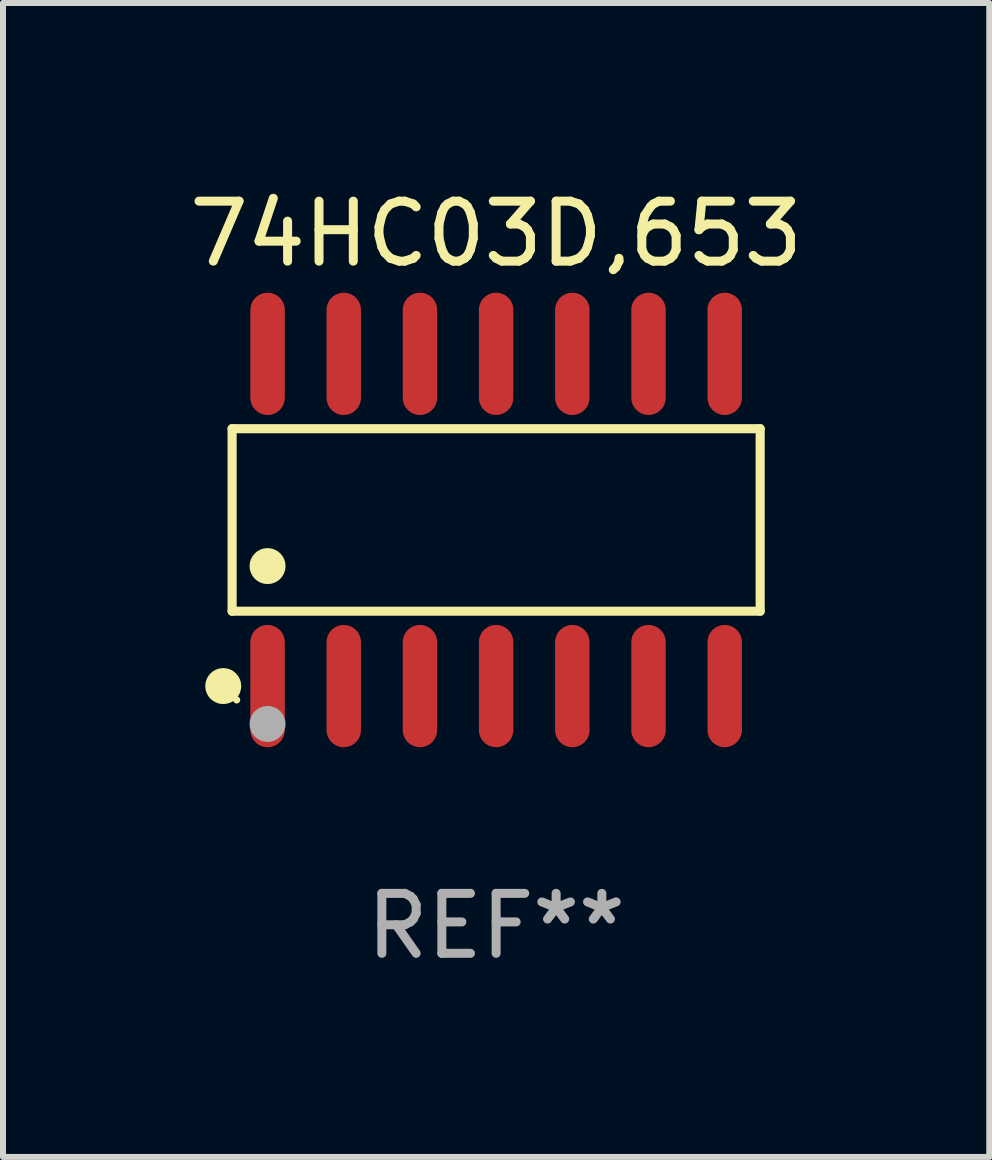
<source format=kicad_pcb>
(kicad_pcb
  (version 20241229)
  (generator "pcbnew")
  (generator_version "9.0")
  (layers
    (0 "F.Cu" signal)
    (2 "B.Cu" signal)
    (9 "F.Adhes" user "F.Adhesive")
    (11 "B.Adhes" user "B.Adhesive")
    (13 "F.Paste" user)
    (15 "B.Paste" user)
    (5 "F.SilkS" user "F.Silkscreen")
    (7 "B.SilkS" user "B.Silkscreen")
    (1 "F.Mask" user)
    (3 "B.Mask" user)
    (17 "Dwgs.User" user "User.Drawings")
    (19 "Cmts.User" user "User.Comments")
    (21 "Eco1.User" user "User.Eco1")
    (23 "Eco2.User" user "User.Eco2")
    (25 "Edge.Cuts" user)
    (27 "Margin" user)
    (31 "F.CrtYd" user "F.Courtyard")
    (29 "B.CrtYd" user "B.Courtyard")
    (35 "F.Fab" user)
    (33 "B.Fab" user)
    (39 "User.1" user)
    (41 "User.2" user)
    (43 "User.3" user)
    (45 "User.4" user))
  (footprint "74HC03D,653"
    (layer "F.Cu")
    (at 5.22 5.617)
    (property "Reference" "74HC03D,653" (at 0 -4.769 0) (layer "F.SilkS") (effects (font (size 1 1) (thickness 0.15))))
    (attr through_hole)
    (fp_line (start -4.401 -1.521) (end 4.401 -1.521) (stroke (width 0.152) (type solid)) (layer "F.SilkS"))
    (fp_line (start -4.401 1.521) (end -4.401 -1.521) (stroke (width 0.152) (type solid)) (layer "F.SilkS"))
    (fp_line (start 4.401 -1.521) (end 4.401 1.521) (stroke (width 0.152) (type solid)) (layer "F.SilkS"))
    (fp_line (start 4.401 1.521) (end -4.401 1.521) (stroke (width 0.152) (type solid)) (layer "F.SilkS"))
    (fp_circle (center -4.549 2.769) (end -4.399 2.769) (stroke (width 0.3) (type solid)) (fill no) (layer "F.SilkS"))
    (fp_circle (center -4.325 3) (end -4.295 3) (stroke (width 0.06) (type solid)) (fill no) (layer "F.SilkS"))
    (fp_circle (center -3.81 0.769) (end -3.66 0.769) (stroke (width 0.3) (type solid)) (fill no) (layer "F.SilkS"))
    (fp_circle (center -3.81 3.4) (end -3.66 3.4) (stroke (width 0.3) (type solid)) (fill no) (layer "F.Fab"))
    (fp_text user "REF**" (at 0 6.769 0) (layer "F.Fab") (effects (font (size 1 1) (thickness 0.15))))
    (pad "1" smd oval (at -3.81 2.769) (size 0.574 2.038) (layers "F.Cu" "F.Mask" "F.Paste"))
    (pad "2" smd oval (at -2.54 2.769) (size 0.574 2.038) (layers "F.Cu" "F.Mask" "F.Paste"))
    (pad "3" smd oval (at -1.27 2.769) (size 0.574 2.038) (layers "F.Cu" "F.Mask" "F.Paste"))
    (pad "4" smd oval (at 0 2.769) (size 0.574 2.038) (layers "F.Cu" "F.Mask" "F.Paste"))
    (pad "5" smd oval (at 1.27 2.769) (size 0.574 2.038) (layers "F.Cu" "F.Mask" "F.Paste"))
    (pad "6" smd oval (at 2.54 2.769) (size 0.574 2.038) (layers "F.Cu" "F.Mask" "F.Paste"))
    (pad "7" smd oval (at 3.81 2.769) (size 0.574 2.038) (layers "F.Cu" "F.Mask" "F.Paste"))
    (pad "8" smd oval (at 3.81 -2.769) (size 0.574 2.038) (layers "F.Cu" "F.Mask" "F.Paste"))
    (pad "9" smd oval (at 2.54 -2.769) (size 0.574 2.038) (layers "F.Cu" "F.Mask" "F.Paste"))
    (pad "10" smd oval (at 1.27 -2.769) (size 0.574 2.038) (layers "F.Cu" "F.Mask" "F.Paste"))
    (pad "11" smd oval (at 0 -2.769) (size 0.574 2.038) (layers "F.Cu" "F.Mask" "F.Paste"))
    (pad "12" smd oval (at -1.27 -2.769) (size 0.574 2.038) (layers "F.Cu" "F.Mask" "F.Paste"))
    (pad "13" smd oval (at -2.54 -2.769) (size 0.574 2.038) (layers "F.Cu" "F.Mask" "F.Paste"))
    (pad "14" smd oval (at -3.81 -2.769) (size 0.574 2.038) (layers "F.Cu" "F.Mask" "F.Paste")))
  (gr_rect
    (start -3 -3)
    (end 13.44 16.235)
    (stroke (width 0.1) (type default))
    (fill no)
    (layer "Edge.Cuts")))
</source>
